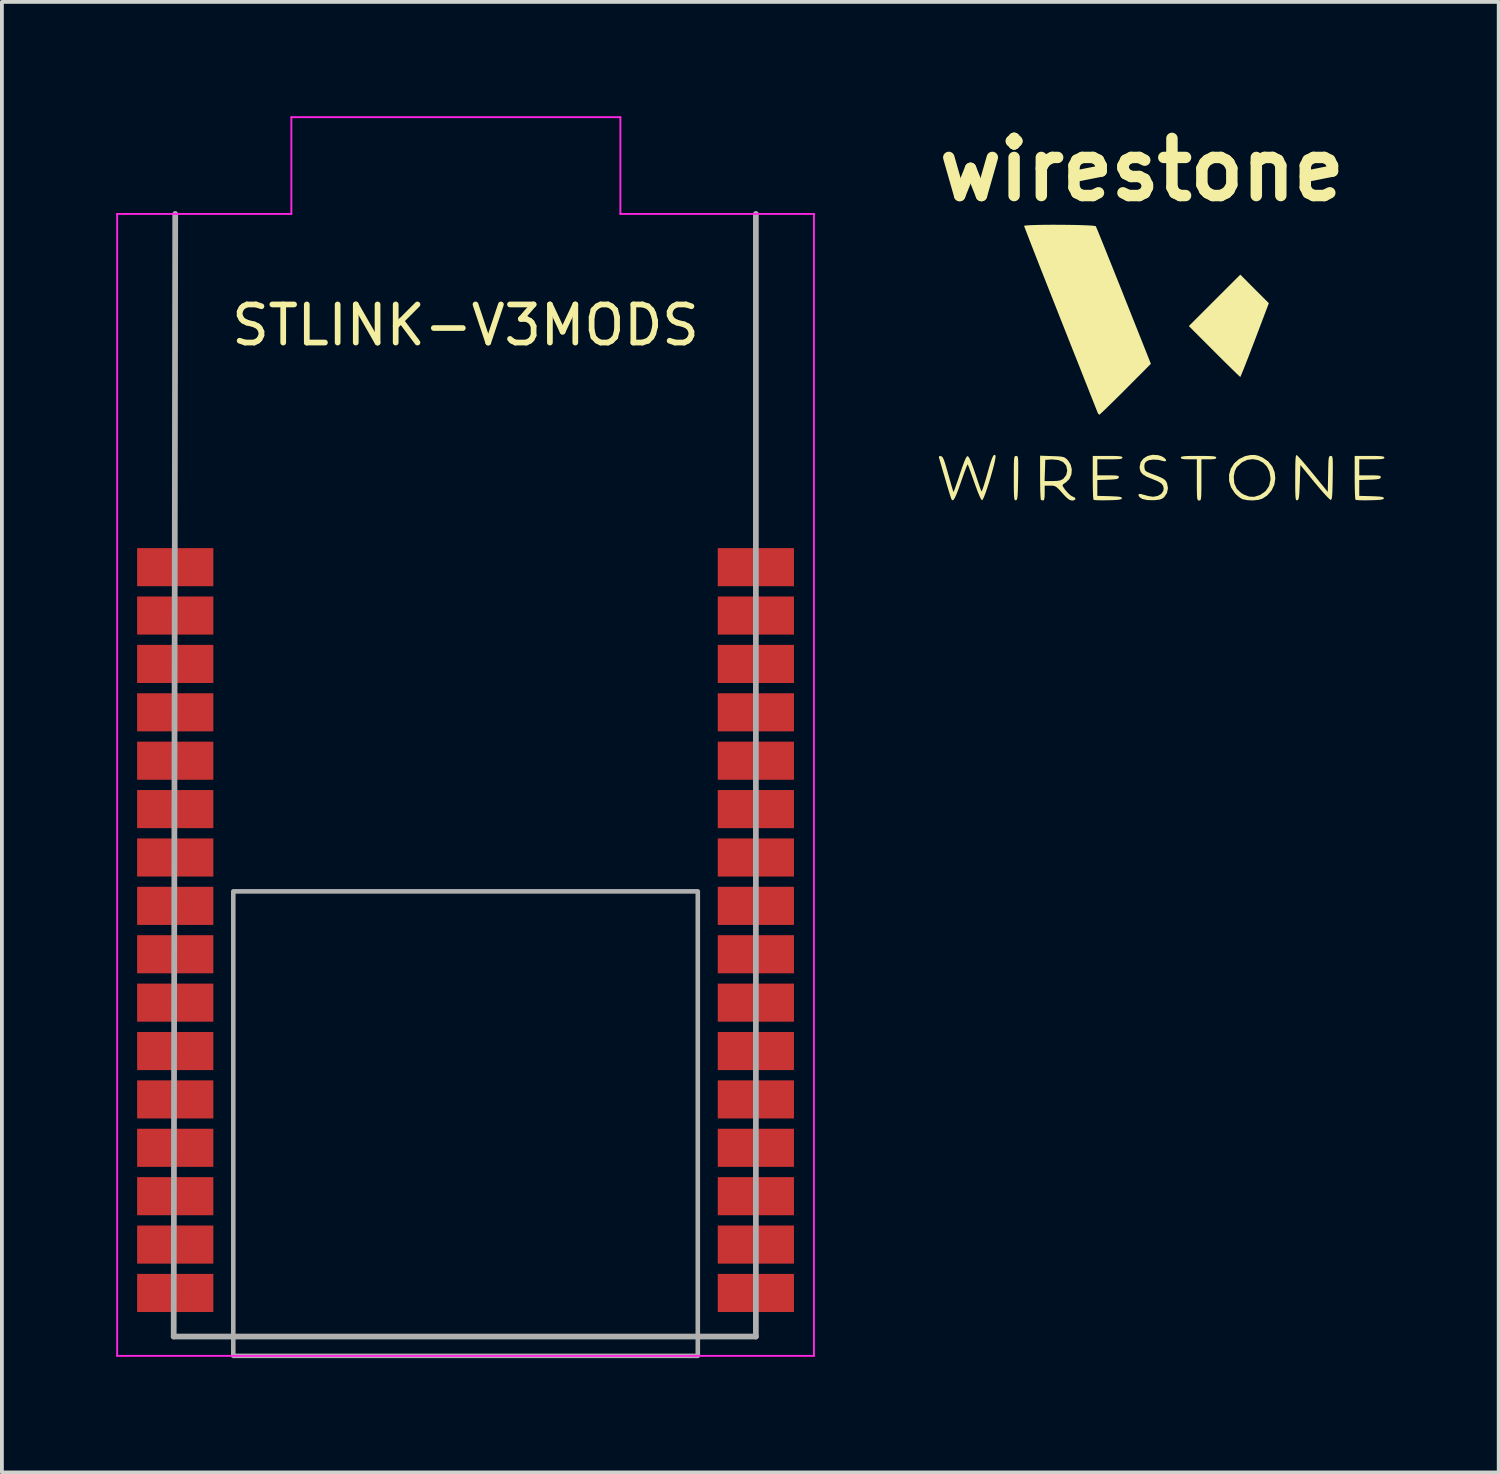
<source format=kicad_pcb>
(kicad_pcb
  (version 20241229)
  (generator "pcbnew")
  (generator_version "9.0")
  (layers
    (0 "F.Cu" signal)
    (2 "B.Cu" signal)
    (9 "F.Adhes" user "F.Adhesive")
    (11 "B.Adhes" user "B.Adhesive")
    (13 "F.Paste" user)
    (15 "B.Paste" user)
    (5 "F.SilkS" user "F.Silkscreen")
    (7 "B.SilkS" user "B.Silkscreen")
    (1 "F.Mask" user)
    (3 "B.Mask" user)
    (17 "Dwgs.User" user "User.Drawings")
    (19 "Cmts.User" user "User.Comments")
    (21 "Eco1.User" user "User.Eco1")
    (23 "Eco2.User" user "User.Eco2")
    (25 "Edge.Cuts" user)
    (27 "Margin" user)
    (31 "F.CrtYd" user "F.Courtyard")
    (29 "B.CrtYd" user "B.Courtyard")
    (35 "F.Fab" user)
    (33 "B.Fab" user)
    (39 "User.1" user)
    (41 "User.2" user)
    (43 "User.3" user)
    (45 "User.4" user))
  (footprint "STLINK-V3MODS"
    (layer "F.Cu")
    (at 9.169 21.361)
    (property "Reference" "STLINK-V3MODS" (at 0 -15.875 0) (layer "F.SilkS") (effects (font (size 1 1) (thickness 0.15))))
    (attr through_hole)
    (fp_line (start -9.144 -18.796) (end -4.572 -18.796) (stroke (width 0.05) (type default)) (layer "F.CrtYd"))
    (fp_line (start -9.144 11.176) (end -9.144 -18.796) (stroke (width 0.05) (type default)) (layer "F.CrtYd"))
    (fp_line (start -4.572 -21.336) (end 4.064 -21.336) (stroke (width 0.05) (type default)) (layer "F.CrtYd"))
    (fp_line (start -4.572 -18.796) (end -4.572 -21.336) (stroke (width 0.05) (type default)) (layer "F.CrtYd"))
    (fp_line (start 4.064 -21.336) (end 4.064 -18.796) (stroke (width 0.05) (type default)) (layer "F.CrtYd"))
    (fp_line (start 4.064 -18.796) (end 9.144 -18.796) (stroke (width 0.05) (type default)) (layer "F.CrtYd"))
    (fp_line (start 9.144 -18.796) (end 9.144 11.176) (stroke (width 0.05) (type default)) (layer "F.CrtYd"))
    (fp_line (start 9.144 11.176) (end -9.144 11.176) (stroke (width 0.05) (type default)) (layer "F.CrtYd"))
    (fp_line (start -7.66 10.668) (end 7.62 10.668) (stroke (width 0.15) (type default)) (layer "F.Fab"))
    (fp_line (start -7.62 -18.796) (end -7.66 10.668) (stroke (width 0.15) (type default)) (layer "F.Fab"))
    (fp_line (start 7.62 10.668) (end 7.62 -18.796) (stroke (width 0.15) (type default)) (layer "F.Fab"))
    (fp_rect (start -6.096 -1.016) (end 6.096 11.176) (stroke (width 0.12) (type default)) (fill no) (layer "F.Fab"))
    (pad "1" smd rect (at -7.62 -9.525 90) (size 1 2) (layers "F.Cu" "F.Mask" "F.Paste"))
    (pad "2" smd rect (at -7.62 -8.255 90) (size 1 2) (layers "F.Cu" "F.Mask" "F.Paste"))
    (pad "3" smd rect (at -7.62 -6.985 90) (size 1 2) (layers "F.Cu" "F.Mask" "F.Paste"))
    (pad "4" smd rect (at -7.62 -5.715 90) (size 1 2) (layers "F.Cu" "F.Mask" "F.Paste"))
    (pad "5" smd rect (at -7.62 -4.445 90) (size 1 2) (layers "F.Cu" "F.Mask" "F.Paste"))
    (pad "6" smd rect (at -7.62 -3.175 90) (size 1 2) (layers "F.Cu" "F.Mask" "F.Paste"))
    (pad "7" smd rect (at -7.62 -1.905 90) (size 1 2) (layers "F.Cu" "F.Mask" "F.Paste"))
    (pad "8" smd rect (at -7.62 -0.635 90) (size 1 2) (layers "F.Cu" "F.Mask" "F.Paste"))
    (pad "9" smd rect (at -7.62 0.635 90) (size 1 2) (layers "F.Cu" "F.Mask" "F.Paste"))
    (pad "10" smd rect (at -7.62 1.905 90) (size 1 2) (layers "F.Cu" "F.Mask" "F.Paste"))
    (pad "11" smd rect (at -7.62 3.175 90) (size 1 2) (layers "F.Cu" "F.Mask" "F.Paste"))
    (pad "12" smd rect (at -7.62 4.445 90) (size 1 2) (layers "F.Cu" "F.Mask" "F.Paste"))
    (pad "13" smd rect (at -7.62 5.715 90) (size 1 2) (layers "F.Cu" "F.Mask" "F.Paste"))
    (pad "14" smd rect (at -7.62 6.985 90) (size 1 2) (layers "F.Cu" "F.Mask" "F.Paste"))
    (pad "15" smd rect (at -7.62 8.255 90) (size 1 2) (layers "F.Cu" "F.Mask" "F.Paste"))
    (pad "16" smd rect (at -7.62 9.525 90) (size 1 2) (layers "F.Cu" "F.Mask" "F.Paste"))
    (pad "17" smd rect (at 7.62 9.525 90) (size 1 2) (layers "F.Cu" "F.Mask" "F.Paste"))
    (pad "18" smd rect (at 7.62 8.255 90) (size 1 2) (layers "F.Cu" "F.Mask" "F.Paste"))
    (pad "19" smd rect (at 7.62 6.985 90) (size 1 2) (layers "F.Cu" "F.Mask" "F.Paste"))
    (pad "20" smd rect (at 7.62 5.715 90) (size 1 2) (layers "F.Cu" "F.Mask" "F.Paste"))
    (pad "21" smd rect (at 7.62 4.445 90) (size 1 2) (layers "F.Cu" "F.Mask" "F.Paste"))
    (pad "22" smd rect (at 7.62 3.175 90) (size 1 2) (layers "F.Cu" "F.Mask" "F.Paste"))
    (pad "23" smd rect (at 7.62 1.905 90) (size 1 2) (layers "F.Cu" "F.Mask" "F.Paste"))
    (pad "24" smd rect (at 7.62 0.635 90) (size 1 2) (layers "F.Cu" "F.Mask" "F.Paste"))
    (pad "25" smd rect (at 7.62 -0.635 90) (size 1 2) (layers "F.Cu" "F.Mask" "F.Paste"))
    (pad "26" smd rect (at 7.62 -1.905 90) (size 1 2) (layers "F.Cu" "F.Mask" "F.Paste"))
    (pad "27" smd rect (at 7.62 -3.175 90) (size 1 2) (layers "F.Cu" "F.Mask" "F.Paste"))
    (pad "28" smd rect (at 7.62 -4.445 90) (size 1 2) (layers "F.Cu" "F.Mask" "F.Paste"))
    (pad "29" smd rect (at 7.62 -5.715 90) (size 1 2) (layers "F.Cu" "F.Mask" "F.Paste"))
    (pad "30" smd rect (at 7.62 -6.985 90) (size 1 2) (layers "F.Cu" "F.Mask" "F.Paste"))
    (pad "31" smd rect (at 7.62 -8.255 90) (size 1 2) (layers "F.Cu" "F.Mask" "F.Paste"))
    (pad "32" smd rect (at 7.62 -9.525 90) (size 1 2) (layers "F.Cu" "F.Mask" "F.Paste")))
  (footprint "wirestone"
    (layer "F.Cu")
    (at 27.432 6.484)
    (property "Reference" "wirestone" (at -0.508 -5.08 0) (layer "F.SilkS") (effects (font (size 1.5 1.5) (thickness 0.3))))
    (attr board_only exclude_from_pos_files exclude_from_bom)
    (fp_poly (pts (xy 2.446 -1.951) (xy 2.821 -1.576) (xy 2.454 -0.608) (xy 2.367 -0.381) (xy 2.287 -0.173) (xy 2.216 0.009) (xy 2.156 0.161) (xy 2.11 0.273) (xy 2.081 0.342) (xy 2.071 0.36) (xy 2.047 0.34) (xy 1.986 0.282) (xy 1.893 0.191) (xy 1.773 0.074) (xy 1.631 -0.066) (xy 1.473 -0.223) (xy 1.388 -0.308) (xy 0.721 -0.976) (xy 1.396 -1.651) (xy 2.072 -2.326)) (stroke (width 0) (type solid)) (fill yes) (layer "F.SilkS"))
    (fp_poly (pts (xy -3.791 2.434) (xy -3.776 2.446) (xy -3.766 2.475) (xy -3.759 2.53) (xy -3.757 2.617) (xy -3.757 2.746) (xy -3.759 2.924) (xy -3.76 3.009) (xy -3.763 3.21) (xy -3.767 3.359) (xy -3.772 3.464) (xy -3.78 3.532) (xy -3.79 3.572) (xy -3.805 3.591) (xy -3.821 3.597) (xy -3.839 3.597) (xy -3.852 3.582) (xy -3.861 3.546) (xy -3.867 3.481) (xy -3.871 3.38) (xy -3.873 3.233) (xy -3.873 3.035) (xy -3.873 3.02) (xy -3.873 2.818) (xy -3.872 2.669) (xy -3.869 2.564) (xy -3.863 2.496) (xy -3.854 2.456) (xy -3.84 2.438) (xy -3.822 2.432) (xy -3.812 2.432)) (stroke (width 0) (type solid)) (fill yes) (layer "F.SilkS"))
    (fp_poly (pts (xy 1.155 2.433) (xy 1.283 2.436) (xy 1.367 2.441) (xy 1.416 2.451) (xy 1.438 2.465) (xy 1.441 2.477) (xy 1.428 2.502) (xy 1.382 2.516) (xy 1.29 2.522) (xy 1.246 2.522) (xy 1.051 2.522) (xy 1.051 3.062) (xy 1.051 3.255) (xy 1.049 3.395) (xy 1.046 3.491) (xy 1.039 3.552) (xy 1.029 3.586) (xy 1.013 3.6) (xy 0.993 3.603) (xy 0.991 3.603) (xy 0.969 3.6) (xy 0.954 3.587) (xy 0.943 3.555) (xy 0.936 3.497) (xy 0.933 3.403) (xy 0.931 3.266) (xy 0.931 3.078) (xy 0.931 3.062) (xy 0.931 2.522) (xy 0.721 2.522) (xy 0.606 2.519) (xy 0.541 2.51) (xy 0.513 2.491) (xy 0.51 2.477) (xy 0.518 2.46) (xy 0.548 2.447) (xy 0.608 2.439) (xy 0.705 2.434) (xy 0.849 2.432) (xy 0.976 2.432)) (stroke (width 0) (type solid)) (fill yes) (layer "F.SilkS"))
    (fp_poly (pts (xy -1.249 2.433) (xy -1.137 2.437) (xy -1.068 2.444) (xy -1.032 2.456) (xy -1.021 2.474) (xy -1.021 2.477) (xy -1.03 2.497) (xy -1.065 2.51) (xy -1.134 2.518) (xy -1.248 2.521) (xy -1.351 2.522) (xy -1.681 2.522) (xy -1.681 2.732) (xy -1.681 2.942) (xy -1.394 2.942) (xy -1.261 2.943) (xy -1.177 2.948) (xy -1.132 2.958) (xy -1.116 2.975) (xy -1.117 2.995) (xy -1.13 3.02) (xy -1.164 3.037) (xy -1.232 3.047) (xy -1.344 3.054) (xy -1.404 3.056) (xy -1.681 3.065) (xy -1.681 3.273) (xy -1.681 3.481) (xy -1.359 3.489) (xy -1.212 3.495) (xy -1.116 3.502) (xy -1.061 3.514) (xy -1.038 3.531) (xy -1.036 3.543) (xy -1.046 3.562) (xy -1.081 3.576) (xy -1.15 3.586) (xy -1.263 3.592) (xy -1.398 3.596) (xy -1.54 3.598) (xy -1.659 3.596) (xy -1.743 3.591) (xy -1.78 3.584) (xy -1.781 3.584) (xy -1.787 3.548) (xy -1.793 3.463) (xy -1.797 3.337) (xy -1.8 3.18) (xy -1.801 3.001) (xy -1.801 2.997) (xy -1.801 2.432) (xy -1.411 2.432)) (stroke (width 0) (type solid)) (fill yes) (layer "F.SilkS"))
    (fp_poly (pts (xy 5.627 2.433) (xy 5.738 2.437) (xy 5.807 2.444) (xy 5.843 2.456) (xy 5.854 2.474) (xy 5.855 2.477) (xy 5.845 2.497) (xy 5.811 2.51) (xy 5.741 2.518) (xy 5.628 2.521) (xy 5.524 2.522) (xy 5.194 2.522) (xy 5.194 2.732) (xy 5.194 2.942) (xy 5.482 2.942) (xy 5.615 2.943) (xy 5.699 2.948) (xy 5.743 2.958) (xy 5.759 2.975) (xy 5.759 2.995) (xy 5.746 3.02) (xy 5.711 3.037) (xy 5.643 3.047) (xy 5.531 3.054) (xy 5.471 3.056) (xy 5.194 3.065) (xy 5.194 3.273) (xy 5.194 3.481) (xy 5.517 3.489) (xy 5.663 3.495) (xy 5.759 3.502) (xy 5.814 3.514) (xy 5.837 3.531) (xy 5.84 3.543) (xy 5.83 3.562) (xy 5.795 3.576) (xy 5.725 3.586) (xy 5.612 3.592) (xy 5.478 3.596) (xy 5.336 3.598) (xy 5.216 3.596) (xy 5.132 3.591) (xy 5.095 3.584) (xy 5.095 3.584) (xy 5.088 3.548) (xy 5.083 3.463) (xy 5.078 3.337) (xy 5.075 3.18) (xy 5.074 3.001) (xy 5.074 2.997) (xy 5.074 2.432) (xy 5.464 2.432)) (stroke (width 0) (type solid)) (fill yes) (layer "F.SilkS"))
    (fp_poly (pts (xy 2.547 2.428) (xy 2.657 2.475) (xy 2.807 2.578) (xy 2.913 2.711) (xy 2.974 2.864) (xy 2.991 3.027) (xy 2.964 3.189) (xy 2.893 3.34) (xy 2.778 3.471) (xy 2.651 3.554) (xy 2.545 3.586) (xy 2.408 3.6) (xy 2.265 3.595) (xy 2.143 3.571) (xy 2.116 3.561) (xy 2.039 3.513) (xy 1.957 3.441) (xy 1.932 3.415) (xy 1.828 3.257) (xy 1.778 3.09) (xy 1.778 2.979) (xy 1.9 2.979) (xy 1.914 3.151) (xy 1.979 3.295) (xy 2.096 3.407) (xy 2.161 3.445) (xy 2.305 3.5) (xy 2.436 3.506) (xy 2.576 3.462) (xy 2.601 3.451) (xy 2.737 3.355) (xy 2.826 3.223) (xy 2.864 3.06) (xy 2.865 3.017) (xy 2.84 2.849) (xy 2.772 2.712) (xy 2.67 2.61) (xy 2.544 2.544) (xy 2.403 2.518) (xy 2.258 2.535) (xy 2.118 2.599) (xy 1.993 2.712) (xy 1.972 2.738) (xy 1.927 2.834) (xy 1.902 2.964) (xy 1.9 2.979) (xy 1.778 2.979) (xy 1.777 2.924) (xy 1.823 2.766) (xy 1.912 2.626) (xy 2.039 2.514) (xy 2.201 2.437) (xy 2.345 2.408) (xy 2.45 2.407)) (stroke (width 0) (type solid)) (fill yes) (layer "F.SilkS"))
    (fp_poly (pts (xy -2.633 -3.634) (xy -2.429 -3.632) (xy -2.235 -3.629) (xy -2.06 -3.624) (xy -1.913 -3.618) (xy -1.801 -3.61) (xy -1.735 -3.602) (xy -1.721 -3.596) (xy -1.706 -3.562) (xy -1.67 -3.477) (xy -1.617 -3.347) (xy -1.547 -3.174) (xy -1.463 -2.965) (xy -1.366 -2.724) (xy -1.259 -2.457) (xy -1.143 -2.167) (xy -1.02 -1.859) (xy -0.986 -1.772) (xy -0.275 0.015) (xy -0.94 0.683) (xy -1.104 0.847) (xy -1.255 0.996) (xy -1.388 1.126) (xy -1.496 1.231) (xy -1.576 1.306) (xy -1.621 1.346) (xy -1.629 1.351) (xy -1.657 1.327) (xy -1.678 1.284) (xy -1.693 1.246) (xy -1.728 1.157) (xy -1.782 1.02) (xy -1.854 0.84) (xy -1.94 0.621) (xy -2.041 0.367) (xy -2.153 0.082) (xy -2.277 -0.229) (xy -2.409 -0.562) (xy -2.548 -0.914) (xy -2.654 -1.181) (xy -2.796 -1.542) (xy -2.933 -1.887) (xy -3.061 -2.212) (xy -3.18 -2.513) (xy -3.287 -2.786) (xy -3.381 -3.027) (xy -3.461 -3.232) (xy -3.524 -3.396) (xy -3.57 -3.515) (xy -3.597 -3.586) (xy -3.603 -3.605) (xy -3.574 -3.614) (xy -3.494 -3.621) (xy -3.372 -3.627) (xy -3.216 -3.631) (xy -3.035 -3.634) (xy -2.837 -3.635)) (stroke (width 0) (type solid)) (fill yes) (layer "F.SilkS"))
    (fp_poly (pts (xy 3.58 2.435) (xy 3.641 2.501) (xy 3.727 2.599) (xy 3.832 2.722) (xy 3.949 2.864) (xy 3.978 2.899) (xy 4.368 3.377) (xy 4.377 2.904) (xy 4.38 2.726) (xy 4.384 2.6) (xy 4.39 2.516) (xy 4.399 2.466) (xy 4.413 2.441) (xy 4.432 2.433) (xy 4.445 2.432) (xy 4.466 2.434) (xy 4.481 2.446) (xy 4.491 2.476) (xy 4.497 2.532) (xy 4.5 2.621) (xy 4.5 2.751) (xy 4.498 2.931) (xy 4.497 3.01) (xy 4.493 3.213) (xy 4.489 3.364) (xy 4.483 3.47) (xy 4.475 3.537) (xy 4.464 3.574) (xy 4.449 3.587) (xy 4.444 3.588) (xy 4.412 3.566) (xy 4.349 3.503) (xy 4.262 3.409) (xy 4.157 3.288) (xy 4.04 3.149) (xy 4.024 3.13) (xy 3.648 2.672) (xy 3.633 3.129) (xy 3.626 3.306) (xy 3.62 3.431) (xy 3.611 3.514) (xy 3.6 3.564) (xy 3.584 3.589) (xy 3.565 3.597) (xy 3.547 3.597) (xy 3.534 3.582) (xy 3.525 3.547) (xy 3.519 3.483) (xy 3.515 3.383) (xy 3.513 3.239) (xy 3.513 3.043) (xy 3.513 3.002) (xy 3.514 2.788) (xy 3.516 2.629) (xy 3.521 2.517) (xy 3.529 2.448) (xy 3.539 2.414) (xy 3.55 2.409)) (stroke (width 0) (type solid)) (fill yes) (layer "F.SilkS"))
    (fp_poly (pts (xy -0.087 2.412) (xy 0.008 2.442) (xy 0.076 2.482) (xy 0.116 2.525) (xy 0.124 2.56) (xy 0.096 2.575) (xy 0.053 2.567) (xy -0.08 2.536) (xy -0.214 2.529) (xy -0.326 2.544) (xy -0.378 2.566) (xy -0.43 2.613) (xy -0.446 2.676) (xy -0.445 2.726) (xy -0.437 2.783) (xy -0.417 2.822) (xy -0.373 2.853) (xy -0.292 2.888) (xy -0.225 2.913) (xy -0.082 2.968) (xy 0.016 3.012) (xy 0.079 3.051) (xy 0.119 3.092) (xy 0.146 3.144) (xy 0.149 3.151) (xy 0.173 3.279) (xy 0.146 3.408) (xy 0.074 3.514) (xy 0.073 3.515) (xy 0.017 3.556) (xy -0.054 3.58) (xy -0.158 3.592) (xy -0.204 3.595) (xy -0.369 3.591) (xy -0.49 3.565) (xy -0.503 3.56) (xy -0.568 3.518) (xy -0.6 3.472) (xy -0.6 3.466) (xy -0.596 3.44) (xy -0.577 3.429) (xy -0.531 3.434) (xy -0.449 3.455) (xy -0.343 3.486) (xy -0.213 3.504) (xy -0.096 3.483) (xy -0.004 3.43) (xy 0.051 3.35) (xy 0.06 3.293) (xy 0.047 3.218) (xy 0.000097 3.156) (xy -0.088 3.101) (xy -0.226 3.044) (xy -0.379 2.982) (xy -0.481 2.921) (xy -0.541 2.853) (xy -0.567 2.771) (xy -0.57 2.718) (xy -0.544 2.597) (xy -0.471 2.501) (xy -0.364 2.434) (xy -0.232 2.403)) (stroke (width 0) (type solid)) (fill yes) (layer "F.SilkS"))
    (fp_poly (pts (xy -2.868 2.437) (xy -2.726 2.442) (xy -2.631 2.45) (xy -2.567 2.463) (xy -2.522 2.485) (xy -2.48 2.52) (xy -2.46 2.54) (xy -2.384 2.653) (xy -2.351 2.783) (xy -2.361 2.915) (xy -2.411 3.034) (xy -2.501 3.125) (xy -2.527 3.14) (xy -2.585 3.183) (xy -2.593 3.221) (xy -2.526 3.32) (xy -2.447 3.41) (xy -2.372 3.476) (xy -2.324 3.501) (xy -2.263 3.532) (xy -2.255 3.57) (xy -2.297 3.598) (xy -2.34 3.603) (xy -2.393 3.594) (xy -2.45 3.56) (xy -2.522 3.494) (xy -2.6 3.408) (xy -2.685 3.313) (xy -2.746 3.256) (xy -2.796 3.226) (xy -2.851 3.214) (xy -2.918 3.213) (xy -3.062 3.213) (xy -3.062 3.408) (xy -3.066 3.521) (xy -3.079 3.584) (xy -3.102 3.603) (xy -3.102 3.603) (xy -3.154 3.59) (xy -3.162 3.583) (xy -3.169 3.548) (xy -3.174 3.463) (xy -3.179 3.336) (xy -3.181 3.179) (xy -3.182 3.092) (xy -3.065 3.092) (xy -2.857 3.092) (xy -2.732 3.088) (xy -2.647 3.072) (xy -2.585 3.04) (xy -2.572 3.031) (xy -2.499 2.938) (xy -2.471 2.821) (xy -2.494 2.7) (xy -2.504 2.677) (xy -2.581 2.592) (xy -2.703 2.541) (xy -2.862 2.525) (xy -2.912 2.527) (xy -3.047 2.537) (xy -3.056 2.815) (xy -3.065 3.092) (xy -3.182 3.092) (xy -3.183 3.001) (xy -3.183 2.995) (xy -3.183 2.426)) (stroke (width 0) (type solid)) (fill yes) (layer "F.SilkS"))
    (fp_poly (pts (xy -4.365 2.41) (xy -4.355 2.419) (xy -4.351 2.457) (xy -4.365 2.541) (xy -4.391 2.659) (xy -4.428 2.801) (xy -4.472 2.957) (xy -4.519 3.116) (xy -4.568 3.268) (xy -4.614 3.402) (xy -4.655 3.509) (xy -4.688 3.577) (xy -4.707 3.597) (xy -4.734 3.565) (xy -4.775 3.482) (xy -4.828 3.353) (xy -4.89 3.183) (xy -4.91 3.127) (xy -4.965 2.971) (xy -5.013 2.836) (xy -5.051 2.732) (xy -5.076 2.668) (xy -5.084 2.653) (xy -5.097 2.675) (xy -5.126 2.745) (xy -5.167 2.854) (xy -5.217 2.994) (xy -5.258 3.112) (xy -5.326 3.305) (xy -5.38 3.446) (xy -5.423 3.538) (xy -5.456 3.587) (xy -5.484 3.598) (xy -5.507 3.576) (xy -5.521 3.539) (xy -5.549 3.453) (xy -5.587 3.33) (xy -5.632 3.178) (xy -5.676 3.026) (xy -5.726 2.857) (xy -5.77 2.706) (xy -5.806 2.584) (xy -5.83 2.501) (xy -5.841 2.467) (xy -5.831 2.438) (xy -5.789 2.437) (xy -5.763 2.447) (xy -5.738 2.474) (xy -5.712 2.527) (xy -5.682 2.613) (xy -5.643 2.741) (xy -5.596 2.908) (xy -5.551 3.065) (xy -5.513 3.201) (xy -5.482 3.304) (xy -5.462 3.367) (xy -5.457 3.38) (xy -5.445 3.356) (xy -5.417 3.285) (xy -5.378 3.174) (xy -5.329 3.034) (xy -5.288 2.909) (xy -5.225 2.724) (xy -5.176 2.591) (xy -5.139 2.503) (xy -5.11 2.454) (xy -5.086 2.437) (xy -5.081 2.438) (xy -5.05 2.471) (xy -5.006 2.561) (xy -4.949 2.709) (xy -4.889 2.882) (xy -4.837 3.037) (xy -4.791 3.174) (xy -4.754 3.281) (xy -4.731 3.348) (xy -4.725 3.363) (xy -4.712 3.351) (xy -4.686 3.289) (xy -4.652 3.186) (xy -4.61 3.05) (xy -4.576 2.93) (xy -4.521 2.732) (xy -4.477 2.587) (xy -4.442 2.488) (xy -4.414 2.43) (xy -4.389 2.406)) (stroke (width 0) (type solid)) (fill yes) (layer "F.SilkS")))
  (gr_rect
    (start -3 -3)
    (end 36.286 35.597)
    (stroke (width 0.1) (type default))
    (fill no)
    (layer "Edge.Cuts")))
</source>
